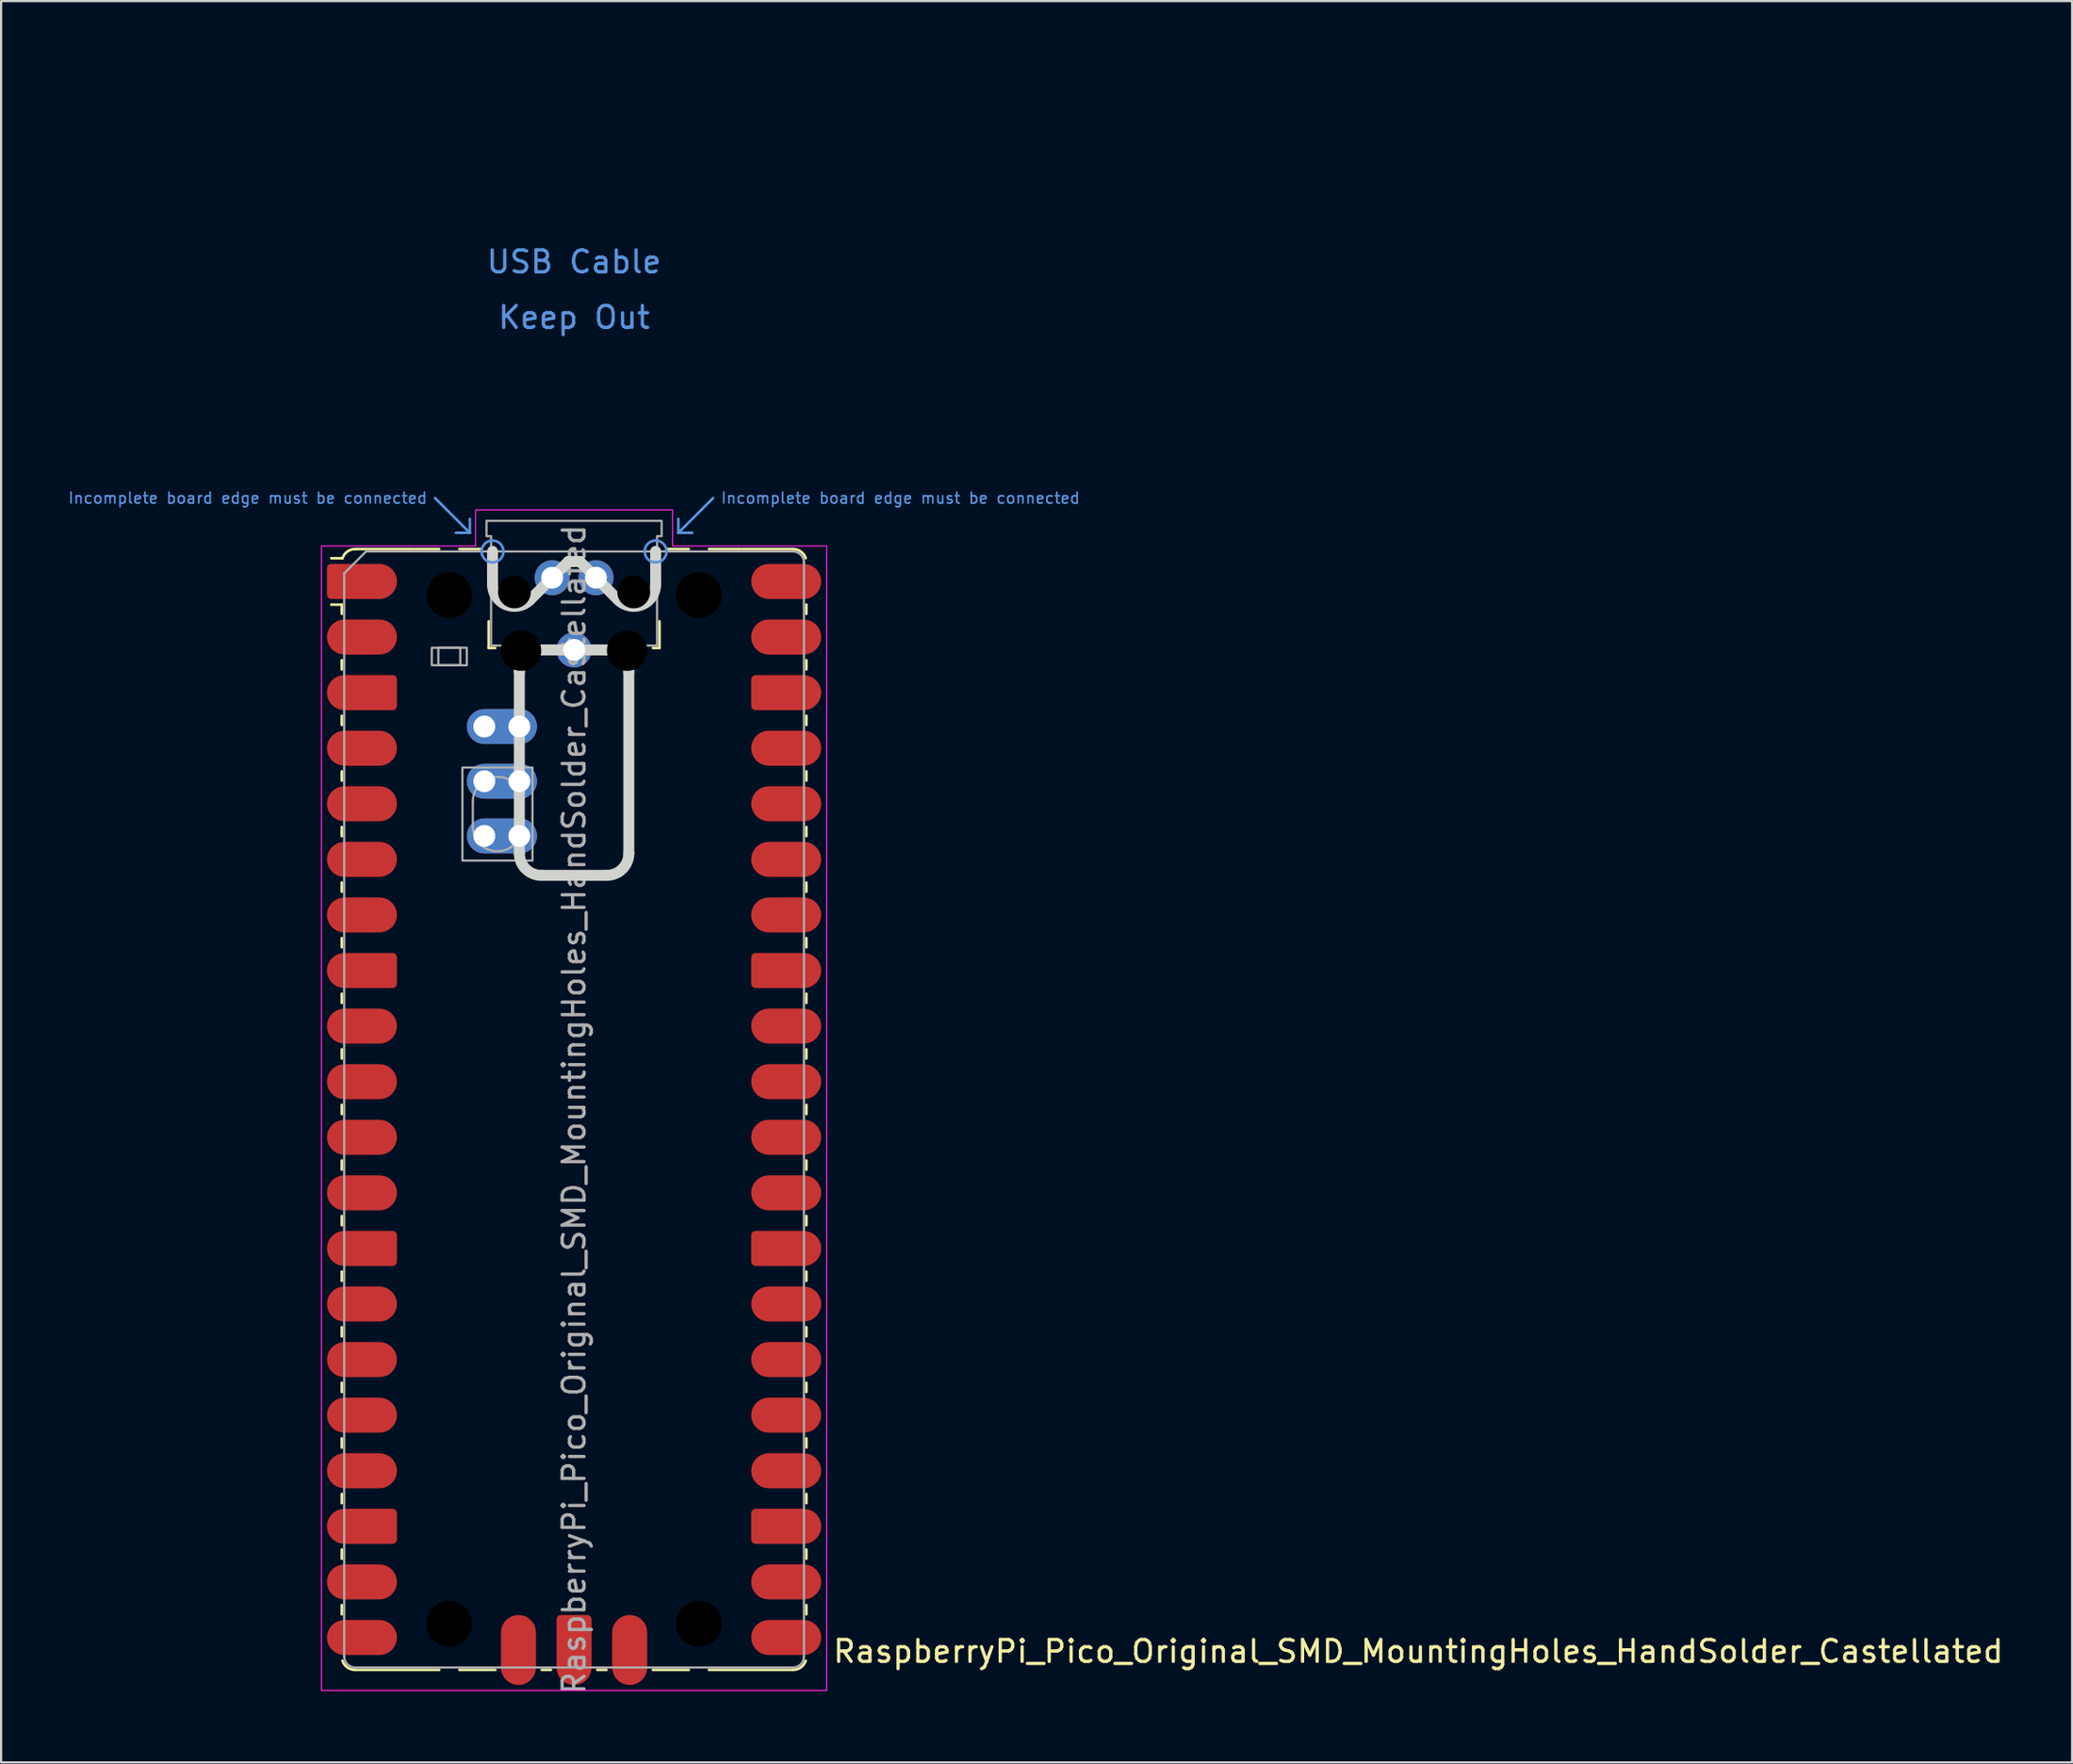
<source format=kicad_pcb>
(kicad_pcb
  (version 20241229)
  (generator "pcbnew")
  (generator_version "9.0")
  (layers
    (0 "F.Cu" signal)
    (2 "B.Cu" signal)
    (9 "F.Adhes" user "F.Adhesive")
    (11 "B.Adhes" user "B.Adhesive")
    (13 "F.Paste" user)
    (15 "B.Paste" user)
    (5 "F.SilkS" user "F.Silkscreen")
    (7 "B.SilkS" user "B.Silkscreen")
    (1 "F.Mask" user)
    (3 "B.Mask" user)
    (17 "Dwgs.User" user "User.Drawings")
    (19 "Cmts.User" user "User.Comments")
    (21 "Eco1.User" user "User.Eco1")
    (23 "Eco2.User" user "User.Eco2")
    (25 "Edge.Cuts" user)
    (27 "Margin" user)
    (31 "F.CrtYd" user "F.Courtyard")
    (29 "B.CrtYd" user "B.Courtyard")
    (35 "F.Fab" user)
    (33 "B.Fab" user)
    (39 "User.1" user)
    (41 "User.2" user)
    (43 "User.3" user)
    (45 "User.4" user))
  (footprint "RaspberryPi_Pico_Original_SMD_MountingHoles_HandSolder_Castellated"
    (layer "F.Cu")
    (at 23.173 47.65)
    (property "Reference" "RaspberryPi_Pico_Original_SMD_MountingHoles_HandSolder_Castellated" (at 11.748 24.765 0) (unlocked yes) (layer "F.SilkS") (effects (font (size 1 1) (thickness 0.15)) (justify left)))
    (attr smd)
    (fp_line (start -10.61 -23.07) (end -11.09 -23.07) (stroke (width 0.12) (type solid)) (layer "F.SilkS"))
    (fp_line (start -10.61 -23.07) (end -10.61 -22.65) (stroke (width 0.12) (type solid)) (layer "F.SilkS"))
    (fp_line (start -10.61 -20.53) (end -10.61 -20.11) (stroke (width 0.12) (type solid)) (layer "F.SilkS"))
    (fp_line (start -10.61 -17.99) (end -10.61 -17.57) (stroke (width 0.12) (type solid)) (layer "F.SilkS"))
    (fp_line (start -10.61 -15.45) (end -10.61 -15.03) (stroke (width 0.12) (type solid)) (layer "F.SilkS"))
    (fp_line (start -10.61 -12.91) (end -10.61 -12.49) (stroke (width 0.12) (type solid)) (layer "F.SilkS"))
    (fp_line (start -10.61 -10.37) (end -10.61 -9.95) (stroke (width 0.12) (type solid)) (layer "F.SilkS"))
    (fp_line (start -10.61 -7.83) (end -10.61 -7.41) (stroke (width 0.12) (type solid)) (layer "F.SilkS"))
    (fp_line (start -10.61 -5.29) (end -10.61 -4.87) (stroke (width 0.12) (type solid)) (layer "F.SilkS"))
    (fp_line (start -10.61 -2.75) (end -10.61 -2.33) (stroke (width 0.12) (type solid)) (layer "F.SilkS"))
    (fp_line (start -10.61 -0.21) (end -10.61 0.21) (stroke (width 0.12) (type solid)) (layer "F.SilkS"))
    (fp_line (start -10.61 2.33) (end -10.61 2.75) (stroke (width 0.12) (type solid)) (layer "F.SilkS"))
    (fp_line (start -10.61 4.87) (end -10.61 5.29) (stroke (width 0.12) (type solid)) (layer "F.SilkS"))
    (fp_line (start -10.61 7.41) (end -10.61 7.83) (stroke (width 0.12) (type solid)) (layer "F.SilkS"))
    (fp_line (start -10.61 9.95) (end -10.61 10.37) (stroke (width 0.12) (type solid)) (layer "F.SilkS"))
    (fp_line (start -10.61 12.49) (end -10.61 12.91) (stroke (width 0.12) (type solid)) (layer "F.SilkS"))
    (fp_line (start -10.61 15.03) (end -10.61 15.45) (stroke (width 0.12) (type solid)) (layer "F.SilkS"))
    (fp_line (start -10.61 17.57) (end -10.61 17.99) (stroke (width 0.12) (type solid)) (layer "F.SilkS"))
    (fp_line (start -10.61 20.11) (end -10.61 20.53) (stroke (width 0.12) (type solid)) (layer "F.SilkS"))
    (fp_line (start -10.61 22.65) (end -10.61 23.07) (stroke (width 0.12) (type solid)) (layer "F.SilkS"))
    (fp_line (start -10.58 -25.19) (end -11.09 -25.19) (stroke (width 0.12) (type solid)) (layer "F.SilkS"))
    (fp_line (start -10 -25.61) (end -7.51 -25.61) (stroke (width 0.12) (type solid)) (layer "F.SilkS"))
    (fp_line (start -10 25.61) (end -6.162 25.61) (stroke (width 0.12) (type solid)) (layer "F.SilkS"))
    (fp_line (start -7.51 -25.61) (end -6.162 -25.61) (stroke (width 0.12) (type solid)) (layer "F.SilkS"))
    (fp_line (start -5.238 -25.61) (end -4.235 -25.61) (stroke (width 0.12) (type solid)) (layer "F.SilkS"))
    (fp_line (start -3.9 -22.306) (end -3.9 -21.09) (stroke (width 0.12) (type solid)) (layer "F.SilkS"))
    (fp_line (start -3.9 -21.09) (end -3.604 -21.09) (stroke (width 0.12) (type solid)) (layer "F.SilkS"))
    (fp_line (start -3.6 25.61) (end -5.238 25.61) (stroke (width 0.12) (type solid)) (layer "F.SilkS"))
    (fp_line (start -1.48 25.61) (end -1.06 25.61) (stroke (width 0.12) (type solid)) (layer "F.SilkS"))
    (fp_line (start 1.06 25.61) (end 1.48 25.61) (stroke (width 0.12) (type solid)) (layer "F.SilkS"))
    (fp_line (start 3.604 -21.09) (end 3.9 -21.09) (stroke (width 0.12) (type solid)) (layer "F.SilkS"))
    (fp_line (start 3.9 -22.306) (end 3.9 -21.09) (stroke (width 0.12) (type solid)) (layer "F.SilkS"))
    (fp_line (start 4.235 -25.61) (end 5.238 -25.61) (stroke (width 0.12) (type solid)) (layer "F.SilkS"))
    (fp_line (start 5.238 25.61) (end 3.6 25.61) (stroke (width 0.12) (type solid)) (layer "F.SilkS"))
    (fp_line (start 6.162 -25.61) (end 7.51 -25.61) (stroke (width 0.12) (type solid)) (layer "F.SilkS"))
    (fp_line (start 6.162 25.61) (end 10 25.61) (stroke (width 0.12) (type solid)) (layer "F.SilkS"))
    (fp_line (start 10 -25.61) (end 7.51 -25.61) (stroke (width 0.12) (type solid)) (layer "F.SilkS"))
    (fp_line (start 10.61 -23.07) (end 10.61 -22.65) (stroke (width 0.12) (type solid)) (layer "F.SilkS"))
    (fp_line (start 10.61 -20.53) (end 10.61 -20.11) (stroke (width 0.12) (type solid)) (layer "F.SilkS"))
    (fp_line (start 10.61 -17.99) (end 10.61 -17.57) (stroke (width 0.12) (type solid)) (layer "F.SilkS"))
    (fp_line (start 10.61 -15.45) (end 10.61 -15.03) (stroke (width 0.12) (type solid)) (layer "F.SilkS"))
    (fp_line (start 10.61 -12.91) (end 10.61 -12.49) (stroke (width 0.12) (type solid)) (layer "F.SilkS"))
    (fp_line (start 10.61 -10.37) (end 10.61 -9.95) (stroke (width 0.12) (type solid)) (layer "F.SilkS"))
    (fp_line (start 10.61 -7.83) (end 10.61 -7.41) (stroke (width 0.12) (type solid)) (layer "F.SilkS"))
    (fp_line (start 10.61 -5.29) (end 10.61 -4.87) (stroke (width 0.12) (type solid)) (layer "F.SilkS"))
    (fp_line (start 10.61 -2.75) (end 10.61 -2.33) (stroke (width 0.12) (type solid)) (layer "F.SilkS"))
    (fp_line (start 10.61 -0.21) (end 10.61 0.21) (stroke (width 0.12) (type solid)) (layer "F.SilkS"))
    (fp_line (start 10.61 2.33) (end 10.61 2.75) (stroke (width 0.12) (type solid)) (layer "F.SilkS"))
    (fp_line (start 10.61 4.87) (end 10.61 5.29) (stroke (width 0.12) (type solid)) (layer "F.SilkS"))
    (fp_line (start 10.61 7.41) (end 10.61 7.83) (stroke (width 0.12) (type solid)) (layer "F.SilkS"))
    (fp_line (start 10.61 9.95) (end 10.61 10.37) (stroke (width 0.12) (type solid)) (layer "F.SilkS"))
    (fp_line (start 10.61 12.49) (end 10.61 12.91) (stroke (width 0.12) (type solid)) (layer "F.SilkS"))
    (fp_line (start 10.61 15.03) (end 10.61 15.45) (stroke (width 0.12) (type solid)) (layer "F.SilkS"))
    (fp_line (start 10.61 17.57) (end 10.61 17.99) (stroke (width 0.12) (type solid)) (layer "F.SilkS"))
    (fp_line (start 10.61 20.11) (end 10.61 20.53) (stroke (width 0.12) (type solid)) (layer "F.SilkS"))
    (fp_line (start 10.61 22.65) (end 10.61 23.07) (stroke (width 0.12) (type solid)) (layer "F.SilkS"))
    (fp_arc (start -10.579676 -25.19) (mid -10.357938 -25.493944) (end -10 -25.61) (stroke (width 0.12) (type solid)) (layer "F.SilkS"))
    (fp_arc (start -10 25.61) (mid -10.357937 25.493944) (end -10.579676 25.189937) (stroke (width 0.12) (type solid)) (layer "F.SilkS"))
    (fp_arc (start 10 -25.61) (mid 10.357937 -25.493944) (end 10.579676 -25.189937) (stroke (width 0.12) (type solid)) (layer "F.SilkS"))
    (fp_arc (start 10.579676 25.189937) (mid 10.357958 25.493991) (end 10 25.61) (stroke (width 0.12) (type solid)) (layer "F.SilkS"))
    (fp_line (start -6.35 -27.94) (end -4.763 -26.352) (stroke (width 0.12) (type solid)) (layer "Cmts.User"))
    (fp_line (start -4.763 -26.352) (end -5.397 -26.352) (stroke (width 0.12) (type solid)) (layer "Cmts.User"))
    (fp_line (start -4.763 -26.352) (end -4.763 -26.988) (stroke (width 0.12) (type solid)) (layer "Cmts.User"))
    (fp_line (start 4.763 -26.352) (end 4.763 -26.988) (stroke (width 0.12) (type solid)) (layer "Cmts.User"))
    (fp_line (start 4.763 -26.352) (end 5.397 -26.352) (stroke (width 0.12) (type solid)) (layer "Cmts.User"))
    (fp_line (start 6.35 -27.94) (end 4.763 -26.352) (stroke (width 0.12) (type solid)) (layer "Cmts.User"))
    (fp_circle (center -3.725 -25.5) (end -3.225 -25.5) (stroke (width 0.12) (type solid)) (fill no) (layer "Cmts.User"))
    (fp_circle (center 3.725 -25.5) (end 3.225 -25.5) (stroke (width 0.12) (type solid)) (fill no) (layer "Cmts.User"))
    (fp_line (start -3.725 -23.989) (end -3.725 -25.5) (stroke (width 0.5) (type solid)) (layer "Edge.Cuts"))
    (fp_line (start -2.5 -20) (end -2.5 -11.7) (stroke (width 0.5) (type solid)) (layer "Edge.Cuts"))
    (fp_line (start -2.018 -23.282) (end -0.258 -25.042) (stroke (width 0.5) (type solid)) (layer "Edge.Cuts"))
    (fp_line (start 0.258 -25.042) (end -0.258 -25.042) (stroke (width 0.5) (type solid)) (layer "Edge.Cuts"))
    (fp_line (start 1.5 -21) (end -1.5 -21) (stroke (width 0.5) (type solid)) (layer "Edge.Cuts"))
    (fp_line (start 1.5 -10.7) (end -1.5 -10.7) (stroke (width 0.5) (type solid)) (layer "Edge.Cuts"))
    (fp_line (start 2.018 -23.282) (end 0.258 -25.042) (stroke (width 0.5) (type solid)) (layer "Edge.Cuts"))
    (fp_line (start 2.5 -11.7) (end 2.5 -20) (stroke (width 0.5) (type solid)) (layer "Edge.Cuts"))
    (fp_line (start 3.725 -23.989) (end 3.725 -25.5) (stroke (width 0.5) (type solid)) (layer "Edge.Cuts"))
    (fp_arc (start -2.5 -20) (mid -2.207118 -20.707118) (end -1.5 -21) (stroke (width 0.5) (type solid)) (layer "Edge.Cuts"))
    (fp_arc (start -2.017893 -23.282106) (mid -3.107711 -23.065266) (end -3.725 -23.989213) (stroke (width 0.5) (type solid)) (layer "Edge.Cuts"))
    (fp_arc (start -1.5 -10.7) (mid -2.20711 -10.99289) (end -2.5 -11.7) (stroke (width 0.5) (type solid)) (layer "Edge.Cuts"))
    (fp_arc (start 1.5 -21) (mid 2.207107 -20.707107) (end 2.5 -20) (stroke (width 0.5) (type solid)) (layer "Edge.Cuts"))
    (fp_arc (start 2.5 -11.7) (mid 2.207095 -10.992905) (end 1.5 -10.7) (stroke (width 0.5) (type solid)) (layer "Edge.Cuts"))
    (fp_arc (start 3.725 -23.989213) (mid 3.107698 -23.06529) (end 2.017893 -23.282106) (stroke (width 0.5) (type solid)) (layer "Edge.Cuts"))
    (fp_poly (pts (xy -4.5 -27.4) (xy 4.5 -27.4) (xy 4.5 -25.75) (xy 11.54 -25.75) (xy 11.54 26.55) (xy -11.54 26.55) (xy -11.54 -25.75) (xy -4.5 -25.75)) (stroke (width 0.05) (type solid)) (fill no) (layer "F.CrtYd"))
    (fp_line (start -10.5 -24.5) (end -9.5 -25.5) (stroke (width 0.1) (type solid)) (layer "F.Fab"))
    (fp_line (start -10.5 25) (end -10.5 -24.5) (stroke (width 0.1) (type solid)) (layer "F.Fab"))
    (fp_line (start -9.5 -25.5) (end 10 -25.5) (stroke (width 0.1) (type solid)) (layer "F.Fab"))
    (fp_line (start -4.625 -14.075) (end -4.625 -12.925) (stroke (width 0.1) (type solid)) (layer "F.Fab"))
    (fp_line (start -2.375 -14.075) (end -2.375 -12.925) (stroke (width 0.1) (type solid)) (layer "F.Fab"))
    (fp_line (start 10 25.5) (end -10 25.5) (stroke (width 0.1) (type solid)) (layer "F.Fab"))
    (fp_line (start 10.5 -25) (end 10.5 25) (stroke (width 0.1) (type solid)) (layer "F.Fab"))
    (fp_rect (start -6.5 -21.1) (end -4.9 -20.3) (stroke (width 0.1) (type solid)) (fill no) (layer "F.Fab"))
    (fp_rect (start -6.2 -21.1) (end -5.2 -20.3) (stroke (width 0.1) (type solid)) (fill no) (layer "F.Fab"))
    (fp_rect (start -5.1 -15.625) (end -1.9 -11.375) (stroke (width 0.1) (type solid)) (fill no) (layer "F.Fab"))
    (fp_arc (start -10 25.5) (mid -10.353553 25.353553) (end -10.5 25) (stroke (width 0.1) (type solid)) (layer "F.Fab"))
    (fp_arc (start -4.625 -14.075) (mid -3.5 -15.2) (end -2.375 -14.075) (stroke (width 0.1) (type solid)) (layer "F.Fab"))
    (fp_arc (start -2.375 -12.925) (mid -3.5 -11.8) (end -4.625 -12.925) (stroke (width 0.1) (type solid)) (layer "F.Fab"))
    (fp_arc (start 10 -25.5) (mid 10.353553 -25.353553) (end 10.5 -25) (stroke (width 0.1) (type solid)) (layer "F.Fab"))
    (fp_arc (start 10.5 25) (mid 10.353553 25.353553) (end 10 25.5) (stroke (width 0.1) (type solid)) (layer "F.Fab"))
    (fp_poly (pts (xy 3.79 -21.2) (xy 3.79 -26.2) (xy 4 -26.2) (xy 4 -26.9) (xy -4 -26.9) (xy -4 -26.2) (xy -3.79 -26.2) (xy -3.79 -21.2)) (stroke (width 0.1) (type solid)) (fill no) (layer "F.Fab"))
    (fp_text user "Keep Out" (at 0 -36.195 0) (unlocked yes) (layer "Cmts.User") (effects (font (size 1 1) (thickness 0.15))))
    (fp_text user "Incomplete board edge must be connected" (at 6.668 -27.94 0) (unlocked yes) (layer "Cmts.User") (effects (font (size 0.5 0.5) (thickness 0.075)) (justify left)))
    (fp_text user "Incomplete board edge must be connected" (at -6.668 -27.94 0) (unlocked yes) (layer "Cmts.User") (effects (font (size 0.5 0.5) (thickness 0.075)) (justify right)))
    (fp_text user "USB Cable" (at 0 -38.735 0) (unlocked yes) (layer "Cmts.User") (effects (font (size 1 1) (thickness 0.15))))
    (fp_text user "${REFERENCE}" (at 0 0 90) (layer "F.Fab") (effects (font (size 1 1) (thickness 0.15))))
    (pad "" np_thru_hole circle (at -5.7 -23.5) (size 3.8 3.8) (drill 2.1) (layers "*.Mask"))
    (pad "" np_thru_hole circle (at -5.7 23.5) (size 3.8 3.8) (drill 2.1) (layers "*.Mask"))
    (pad "" np_thru_hole circle (at -2.725 -23.65) (size 1.5 1.5) (drill 1.5) (layers "*.Mask"))
    (pad "" np_thru_hole circle (at -2.425 -20.97) (size 1.85 1.85) (drill 1.85) (layers "*.Mask"))
    (pad "" np_thru_hole circle (at 2.425 -20.97) (size 1.85 1.85) (drill 1.85) (layers "*.Mask"))
    (pad "" np_thru_hole circle (at 2.725 -23.65) (size 1.5 1.5) (drill 1.5) (layers "*.Mask"))
    (pad "" np_thru_hole circle (at 5.7 -23.5) (size 3.8 3.8) (drill 2.1) (layers "*.Mask"))
    (pad "" np_thru_hole circle (at 5.7 23.5) (size 3.8 3.8) (drill 2.1) (layers "*.Mask"))
    (pad "1" smd custom (at -8.89 -24.13) (size 1.6 1.6) (layers "F.Cu" "F.Mask" "F.Paste") (options (anchor circle)) (primitives (gr_poly (pts (xy -2.4 0.6) (xy -2.4 -0.6) (xy -2.2 -0.8) (xy 0 -0.8) (xy 0 0.8) (xy -2.2 0.8)) (width 0) (fill yes)) (gr_circle (center -2.2 0.6) (end -2 0.6) (width 0) (fill yes)) (gr_circle (center -2.2 -0.6) (end -2 -0.6) (width 0) (fill yes))))
    (pad "2" smd roundrect (at -8.89 -21.59) (size 3.2 1.6) (drill (offset -0.8 0)) (layers "F.Cu" "F.Mask" "F.Paste") (roundrect_rratio 0.5))
    (pad "3" smd custom (at -8.89 -19.05) (size 1.6 1.6) (layers "F.Cu" "F.Mask" "F.Paste") (options (anchor circle)) (primitives (gr_poly (pts (xy 0.8 -0.6) (xy 0.8 0.6) (xy 0.6 0.8) (xy -1.6 0.8) (xy -1.6 -0.8) (xy 0.6 -0.8)) (width 0) (fill yes)) (gr_circle (center 0.6 0.6) (end 0.8 0.6) (width 0) (fill yes)) (gr_circle (center 0.6 -0.6) (end 0.8 -0.6) (width 0) (fill yes)) (gr_circle (center -1.6 0) (end -0.8 0) (width 0) (fill yes))))
    (pad "4" smd roundrect (at -8.89 -16.51) (size 3.2 1.6) (drill (offset -0.8 0)) (layers "F.Cu" "F.Mask" "F.Paste") (roundrect_rratio 0.5))
    (pad "5" smd roundrect (at -8.89 -13.97) (size 3.2 1.6) (drill (offset -0.8 0)) (layers "F.Cu" "F.Mask" "F.Paste") (roundrect_rratio 0.5))
    (pad "6" smd roundrect (at -8.89 -11.43) (size 3.2 1.6) (drill (offset -0.8 0)) (layers "F.Cu" "F.Mask" "F.Paste") (roundrect_rratio 0.5))
    (pad "7" smd roundrect (at -8.89 -8.89) (size 3.2 1.6) (drill (offset -0.8 0)) (layers "F.Cu" "F.Mask" "F.Paste") (roundrect_rratio 0.5))
    (pad "8" smd custom (at -8.89 -6.35) (size 1.6 1.6) (layers "F.Cu" "F.Mask" "F.Paste") (options (anchor circle)) (primitives (gr_poly (pts (xy 0.8 -0.6) (xy 0.8 0.6) (xy 0.6 0.8) (xy -1.6 0.8) (xy -1.6 -0.8) (xy 0.6 -0.8)) (width 0) (fill yes)) (gr_circle (center 0.6 0.6) (end 0.8 0.6) (width 0) (fill yes)) (gr_circle (center 0.6 -0.6) (end 0.8 -0.6) (width 0) (fill yes)) (gr_circle (center -1.6 0) (end -0.8 0) (width 0) (fill yes))))
    (pad "9" smd roundrect (at -8.89 -3.81) (size 3.2 1.6) (drill (offset -0.8 0)) (layers "F.Cu" "F.Mask" "F.Paste") (roundrect_rratio 0.5))
    (pad "10" smd roundrect (at -8.89 -1.27) (size 3.2 1.6) (drill (offset -0.8 0)) (layers "F.Cu" "F.Mask" "F.Paste") (roundrect_rratio 0.5))
    (pad "11" smd roundrect (at -8.89 1.27) (size 3.2 1.6) (drill (offset -0.8 0)) (layers "F.Cu" "F.Mask" "F.Paste") (roundrect_rratio 0.5))
    (pad "12" smd roundrect (at -8.89 3.81) (size 3.2 1.6) (drill (offset -0.8 0)) (layers "F.Cu" "F.Mask" "F.Paste") (roundrect_rratio 0.5))
    (pad "13" smd custom (at -8.89 6.35) (size 1.6 1.6) (layers "F.Cu" "F.Mask" "F.Paste") (options (anchor circle)) (primitives (gr_poly (pts (xy 0.8 -0.6) (xy 0.8 0.6) (xy 0.6 0.8) (xy -1.6 0.8) (xy -1.6 -0.8) (xy 0.6 -0.8)) (width 0) (fill yes)) (gr_circle (center 0.6 0.6) (end 0.8 0.6) (width 0) (fill yes)) (gr_circle (center 0.6 -0.6) (end 0.8 -0.6) (width 0) (fill yes)) (gr_circle (center -1.6 0) (end -0.8 0) (width 0) (fill yes))))
    (pad "14" smd roundrect (at -8.89 8.89) (size 3.2 1.6) (drill (offset -0.8 0)) (layers "F.Cu" "F.Mask" "F.Paste") (roundrect_rratio 0.5))
    (pad "15" smd roundrect (at -8.89 11.43) (size 3.2 1.6) (drill (offset -0.8 0)) (layers "F.Cu" "F.Mask" "F.Paste") (roundrect_rratio 0.5))
    (pad "16" smd roundrect (at -8.89 13.97) (size 3.2 1.6) (drill (offset -0.8 0)) (layers "F.Cu" "F.Mask" "F.Paste") (roundrect_rratio 0.5))
    (pad "17" smd roundrect (at -8.89 16.51) (size 3.2 1.6) (drill (offset -0.8 0)) (layers "F.Cu" "F.Mask" "F.Paste") (roundrect_rratio 0.5))
    (pad "18" smd custom (at -8.89 19.05) (size 1.6 1.6) (layers "F.Cu" "F.Mask" "F.Paste") (options (anchor circle)) (primitives (gr_poly (pts (xy 0.8 -0.6) (xy 0.8 0.6) (xy 0.6 0.8) (xy -1.6 0.8) (xy -1.6 -0.8) (xy 0.6 -0.8)) (width 0) (fill yes)) (gr_circle (center 0.6 0.6) (end 0.8 0.6) (width 0) (fill yes)) (gr_circle (center 0.6 -0.6) (end 0.8 -0.6) (width 0) (fill yes)) (gr_circle (center -1.6 0) (end -0.8 0) (width 0) (fill yes))))
    (pad "19" smd roundrect (at -8.89 21.59) (size 3.2 1.6) (drill (offset -0.8 0)) (layers "F.Cu" "F.Mask" "F.Paste") (roundrect_rratio 0.5))
    (pad "20" smd roundrect (at -8.89 24.13) (size 3.2 1.6) (drill (offset -0.8 0)) (layers "F.Cu" "F.Mask" "F.Paste") (roundrect_rratio 0.5))
    (pad "21" smd roundrect (at 8.89 24.13) (size 3.2 1.6) (drill (offset 0.8 0)) (layers "F.Cu" "F.Mask" "F.Paste") (roundrect_rratio 0.5))
    (pad "22" smd roundrect (at 8.89 21.59) (size 3.2 1.6) (drill (offset 0.8 0)) (layers "F.Cu" "F.Mask" "F.Paste") (roundrect_rratio 0.5))
    (pad "23" smd custom (at 8.89 19.05) (size 1.6 1.6) (layers "F.Cu" "F.Mask" "F.Paste") (options (anchor circle)) (primitives (gr_poly (pts (xy -0.8 -0.6) (xy -0.8 0.6) (xy -0.6 0.8) (xy 1.6 0.8) (xy 1.6 -0.8) (xy -0.6 -0.8)) (width 0) (fill yes)) (gr_circle (center -0.6 0.6) (end -0.4 0.6) (width 0) (fill yes)) (gr_circle (center -0.6 -0.6) (end -0.4 -0.6) (width 0) (fill yes)) (gr_circle (center 1.6 0) (end 2.4 0) (width 0) (fill yes))))
    (pad "24" smd roundrect (at 8.89 16.51) (size 3.2 1.6) (drill (offset 0.8 0)) (layers "F.Cu" "F.Mask" "F.Paste") (roundrect_rratio 0.5))
    (pad "25" smd roundrect (at 8.89 13.97) (size 3.2 1.6) (drill (offset 0.8 0)) (layers "F.Cu" "F.Mask" "F.Paste") (roundrect_rratio 0.5))
    (pad "26" smd roundrect (at 8.89 11.43) (size 3.2 1.6) (drill (offset 0.8 0)) (layers "F.Cu" "F.Mask" "F.Paste") (roundrect_rratio 0.5))
    (pad "27" smd roundrect (at 8.89 8.89) (size 3.2 1.6) (drill (offset 0.8 0)) (layers "F.Cu" "F.Mask" "F.Paste") (roundrect_rratio 0.5))
    (pad "28" smd custom (at 8.89 6.35) (size 1.6 1.6) (layers "F.Cu" "F.Mask" "F.Paste") (options (anchor circle)) (primitives (gr_poly (pts (xy -0.8 -0.6) (xy -0.8 0.6) (xy -0.6 0.8) (xy 1.6 0.8) (xy 1.6 -0.8) (xy -0.6 -0.8)) (width 0) (fill yes)) (gr_circle (center -0.6 0.6) (end -0.4 0.6) (width 0) (fill yes)) (gr_circle (center -0.6 -0.6) (end -0.4 -0.6) (width 0) (fill yes)) (gr_circle (center 1.6 0) (end 2.4 0) (width 0) (fill yes))))
    (pad "29" smd roundrect (at 8.89 3.81) (size 3.2 1.6) (drill (offset 0.8 0)) (layers "F.Cu" "F.Mask" "F.Paste") (roundrect_rratio 0.5))
    (pad "30" smd roundrect (at 8.89 1.27) (size 3.2 1.6) (drill (offset 0.8 0)) (layers "F.Cu" "F.Mask" "F.Paste") (roundrect_rratio 0.5))
    (pad "31" smd roundrect (at 8.89 -1.27) (size 3.2 1.6) (drill (offset 0.8 0)) (layers "F.Cu" "F.Mask" "F.Paste") (roundrect_rratio 0.5))
    (pad "32" smd roundrect (at 8.89 -3.81) (size 3.2 1.6) (drill (offset 0.8 0)) (layers "F.Cu" "F.Mask" "F.Paste") (roundrect_rratio 0.5))
    (pad "33" smd custom (at 8.89 -6.35) (size 1.6 1.6) (layers "F.Cu" "F.Mask" "F.Paste") (options (anchor circle)) (primitives (gr_poly (pts (xy -0.8 -0.6) (xy -0.8 0.6) (xy -0.6 0.8) (xy 1.6 0.8) (xy 1.6 -0.8) (xy -0.6 -0.8)) (width 0) (fill yes)) (gr_circle (center -0.6 0.6) (end -0.4 0.6) (width 0) (fill yes)) (gr_circle (center -0.6 -0.6) (end -0.4 -0.6) (width 0) (fill yes)) (gr_circle (center 1.6 0) (end 2.4 0) (width 0) (fill yes))))
    (pad "34" smd roundrect (at 8.89 -8.89) (size 3.2 1.6) (drill (offset 0.8 0)) (layers "F.Cu" "F.Mask" "F.Paste") (roundrect_rratio 0.5))
    (pad "35" smd roundrect (at 8.89 -11.43) (size 3.2 1.6) (drill (offset 0.8 0)) (layers "F.Cu" "F.Mask" "F.Paste") (roundrect_rratio 0.5))
    (pad "36" smd roundrect (at 8.89 -13.97) (size 3.2 1.6) (drill (offset 0.8 0)) (layers "F.Cu" "F.Mask" "F.Paste") (roundrect_rratio 0.5))
    (pad "37" smd roundrect (at 8.89 -16.51) (size 3.2 1.6) (drill (offset 0.8 0)) (layers "F.Cu" "F.Mask" "F.Paste") (roundrect_rratio 0.5))
    (pad "38" smd custom (at 8.89 -19.05) (size 1.6 1.6) (layers "F.Cu" "F.Mask" "F.Paste") (options (anchor circle)) (primitives (gr_poly (pts (xy -0.8 -0.6) (xy -0.8 0.6) (xy -0.6 0.8) (xy 1.6 0.8) (xy 1.6 -0.8) (xy -0.6 -0.8)) (width 0) (fill yes)) (gr_circle (center -0.6 0.6) (end -0.4 0.6) (width 0) (fill yes)) (gr_circle (center -0.6 -0.6) (end -0.4 -0.6) (width 0) (fill yes)) (gr_circle (center 1.6 0) (end 2.4 0) (width 0) (fill yes))))
    (pad "39" smd roundrect (at 8.89 -21.59) (size 3.2 1.6) (drill (offset 0.8 0)) (layers "F.Cu" "F.Mask" "F.Paste") (roundrect_rratio 0.5))
    (pad "40" smd roundrect (at 8.89 -24.13) (size 3.2 1.6) (drill (offset 0.8 0)) (layers "F.Cu" "F.Mask" "F.Paste") (roundrect_rratio 0.5))
    (pad "D1" smd roundrect (at -2.54 23.9 90) (size 3.2 1.6) (drill (offset -0.8 0)) (layers "F.Cu" "F.Mask" "F.Paste") (roundrect_rratio 0.5))
    (pad "D2" smd custom (at 0 23.9 270) (size 1.6 1.6) (layers "F.Cu" "F.Mask" "F.Paste") (options (anchor circle)) (primitives (gr_poly (pts (xy -0.8 -0.6) (xy -0.8 0.6) (xy -0.6 0.8) (xy 1.6 0.8) (xy 1.6 -0.8) (xy -0.6 -0.8)) (width 0) (fill yes)) (gr_circle (center -0.6 0.6) (end -0.4 0.6) (width 0) (fill yes)) (gr_circle (center -0.6 -0.6) (end -0.4 -0.6) (width 0) (fill yes)) (gr_circle (center 1.6 0) (end 2.4 0) (width 0) (fill yes))))
    (pad "D3" smd roundrect (at 2.54 23.9 90) (size 3.2 1.6) (drill (offset -0.8 0)) (layers "F.Cu" "F.Mask" "F.Paste") (roundrect_rratio 0.5))
    (pad "TP1" thru_hole circle (at 0 -21) (size 1.6 1.6) (drill 1) (property pad_prop_castellated) (layers "*.Cu" "*.Mask"))
    (pad "TP2" thru_hole circle (at 1 -24.3) (size 1.6 1.6) (drill 1) (property pad_prop_castellated) (layers "*.Cu" "*.Mask"))
    (pad "TP3" thru_hole circle (at -1 -24.3) (size 1.6 1.6) (drill 1) (property pad_prop_castellated) (layers "*.Cu" "*.Mask"))
    (pad "TP4" thru_hole roundrect (at -4.1 -17.5) (size 3.2 1.6) (drill 1 (offset 0.8 0)) (property pad_prop_castellated) (layers "*.Cu" "*.Mask") (roundrect_rratio 0.5))
    (pad "TP4" thru_hole circle (at -2.5 -17.5) (size 1.6 1.6) (drill 1) (property pad_prop_castellated) (layers "*.Cu" "*.Mask"))
    (pad "TP5" thru_hole roundrect (at -4.1 -15) (size 3.2 1.6) (drill 1 (offset 0.8 0)) (property pad_prop_castellated) (layers "*.Cu" "*.Mask") (roundrect_rratio 0.5))
    (pad "TP5" thru_hole circle (at -2.5 -15) (size 1.6 1.6) (drill 1) (property pad_prop_castellated) (layers "*.Cu" "*.Mask"))
    (pad "TP6" thru_hole roundrect (at -4.1 -12.5) (size 3.2 1.6) (drill 1 (offset 0.8 0)) (property pad_prop_castellated) (layers "*.Cu" "*.Mask") (roundrect_rratio 0.5))
    (pad "TP6" thru_hole circle (at -2.5 -12.5) (size 1.6 1.6) (drill 1) (property pad_prop_castellated) (layers "*.Cu" "*.Mask"))
    (zone (net_name "") (layer "Edge.Cuts") (name "Board Keep Out USB Cable") (hatch edge 0.5) (connect_pads) (min_thickness 0.254) (filled_areas_thickness no) (keepout (tracks allowed) (vias allowed) (pads allowed) (copperpour allowed) (footprints allowed)) (placement (enabled no)) (fill) (polygon (pts (xy 16.973 0) (xy 29.373 0) (xy 29.373 20.4) (xy 16.973 20.4))))
    (zone (net_name "") (layer "Edge.Cuts") (name "Board Keep Out Castellated TP") (hatch edge 0.5) (connect_pads) (min_thickness 0.254) (filled_areas_thickness no) (keepout (tracks allowed) (vias allowed) (pads allowed) (copperpour allowed) (footprints allowed)) (placement (enabled no)) (fill) (polygon (pts (arc (start 24.673447 36.95) (mid 25.380554 36.657107) (end 25.673447 35.95)) (arc (start 25.673447 27.65) (mid 25.380554 26.942893) (end 24.673447 26.65)) (arc (start 21.673447 26.65) (mid 20.96634 26.942893) (end 20.673447 27.65)) (arc (start 20.673447 35.95) (mid 20.966343 36.657104) (end 21.673447 36.95)))))
    (zone (net_name "") (layer "Edge.Cuts") (name "Board Keep Out Castellated USB") (hatch edge 0.5) (connect_pads) (min_thickness 0.25) (filled_areas_thickness no) (keepout (tracks allowed) (vias allowed) (pads allowed) (copperpour allowed) (footprints allowed)) (placement (enabled no)) (fill) (polygon (pts (arc (start 20.448447 20.607538) (mid 19.74134 20.900431) (end 19.448447 21.607538)) (arc (start 19.448447 23.660787) (mid 20.065759 24.584679) (end 21.155554 24.367894)) (xy 22.916 22.608) (xy 23.431 22.608) (arc (start 25.19134 24.367894) (mid 26.281135 24.584679) (end 26.898447 23.660787)) (arc (start 26.898447 21.607538) (mid 26.605554 20.900431) (end 25.898447 20.607538)))))
    (zone (net_name "") (layer "F.CrtYd") (name "USB Cable Keep Out") (hatch full 0.5) (connect_pads) (min_thickness 0.254) (filled_areas_thickness no) (keepout (tracks allowed) (vias allowed) (pads allowed) (copperpour allowed) (footprints not_allowed)) (placement (enabled no)) (fill) (polygon (pts (xy 17.423 19.95) (xy 19.233 19.95) (xy 19.233 20.25) (xy 27.113 20.25) (xy 27.113 19.95) (xy 28.923 19.95) (xy 28.923 0.45) (xy 17.423 0.45)))))
  (gr_rect
    (start -3 -3)
    (end 91.6 77.489)
    (stroke (width 0.1) (type default))
    (fill no)
    (layer "Edge.Cuts")))
</source>
